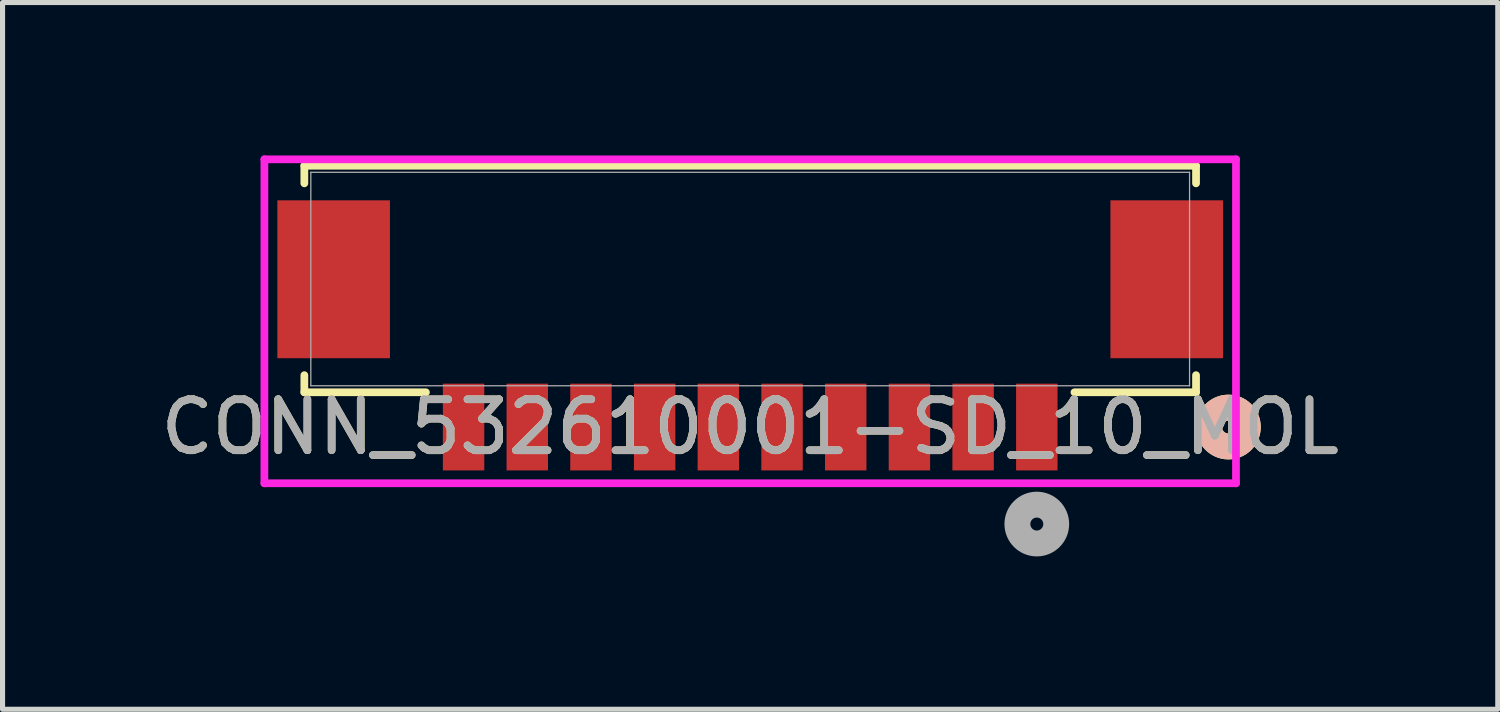
<source format=kicad_pcb>
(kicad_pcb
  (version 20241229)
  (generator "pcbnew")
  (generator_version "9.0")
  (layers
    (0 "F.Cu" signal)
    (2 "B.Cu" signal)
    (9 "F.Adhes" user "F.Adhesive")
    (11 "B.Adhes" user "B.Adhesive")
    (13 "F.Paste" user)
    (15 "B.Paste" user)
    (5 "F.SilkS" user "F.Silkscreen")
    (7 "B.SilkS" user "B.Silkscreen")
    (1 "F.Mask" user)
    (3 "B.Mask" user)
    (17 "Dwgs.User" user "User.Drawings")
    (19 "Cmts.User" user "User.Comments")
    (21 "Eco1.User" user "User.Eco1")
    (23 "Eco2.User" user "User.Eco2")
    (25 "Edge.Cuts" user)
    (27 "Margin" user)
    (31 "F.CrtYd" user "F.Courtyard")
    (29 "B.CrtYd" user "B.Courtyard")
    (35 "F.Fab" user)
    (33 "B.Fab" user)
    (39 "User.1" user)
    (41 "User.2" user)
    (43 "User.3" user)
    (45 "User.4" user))
  (footprint "CONN_532610001-SD_10_MOL"
    (layer "F.Cu")
    (at 11.673 2.426)
    (property "Reference" "CONN_532610001-SD_10_MOL" (at 0 2.905 0) (unlocked yes) (layer "F.SilkS") (effects (font (size 1 1) (thickness 0.15))))
    (attr smd)
    (fp_line (start -8.75 -2.223) (end -8.75 -1.878) (stroke (width 0.152) (type solid)) (layer "F.SilkS"))
    (fp_line (start -8.75 1.887) (end -8.75 2.223) (stroke (width 0.152) (type solid)) (layer "F.SilkS"))
    (fp_line (start -8.75 2.223) (end -6.364 2.223) (stroke (width 0.152) (type solid)) (layer "F.SilkS"))
    (fp_line (start 6.364 2.223) (end 8.75 2.223) (stroke (width 0.152) (type solid)) (layer "F.SilkS"))
    (fp_line (start 8.75 -2.223) (end -8.75 -2.223) (stroke (width 0.152) (type solid)) (layer "F.SilkS"))
    (fp_line (start 8.75 -1.878) (end 8.75 -2.223) (stroke (width 0.152) (type solid)) (layer "F.SilkS"))
    (fp_line (start 8.75 2.223) (end 8.75 1.887) (stroke (width 0.152) (type solid)) (layer "F.SilkS"))
    (fp_circle (center 9.385 2.905) (end 9.766 2.905) (stroke (width 0.508) (type solid)) (fill no) (layer "F.SilkS"))
    (fp_circle (center 9.385 2.905) (end 9.766 2.905) (stroke (width 0.508) (type solid)) (fill no) (layer "B.SilkS"))
    (fp_line (start -9.534 -2.349) (end -9.534 4.009) (stroke (width 0.152) (type solid)) (layer "F.CrtYd"))
    (fp_line (start -9.534 4.009) (end 9.534 4.009) (stroke (width 0.152) (type solid)) (layer "F.CrtYd"))
    (fp_line (start 9.534 -2.349) (end -9.534 -2.349) (stroke (width 0.152) (type solid)) (layer "F.CrtYd"))
    (fp_line (start 9.534 4.009) (end 9.534 -2.349) (stroke (width 0.152) (type solid)) (layer "F.CrtYd"))
    (fp_line (start -8.623 -2.095) (end -8.623 2.095) (stroke (width 0.025) (type solid)) (layer "F.Fab"))
    (fp_line (start -8.623 2.095) (end 8.623 2.095) (stroke (width 0.025) (type solid)) (layer "F.Fab"))
    (fp_line (start 8.623 -2.095) (end -8.623 -2.095) (stroke (width 0.025) (type solid)) (layer "F.Fab"))
    (fp_line (start 8.623 2.095) (end 8.623 -2.095) (stroke (width 0.025) (type solid)) (layer "F.Fab"))
    (fp_circle (center 5.625 4.809) (end 6.006 4.809) (stroke (width 0.508) (type solid)) (fill no) (layer "F.Fab"))
    (fp_text user "${REFERENCE}" (at 0 2.905 0) (unlocked yes) (layer "F.Fab") (effects (font (size 1 1) (thickness 0.15))))
    (pad "1" smd rect (at 5.625 2.905) (size 0.813 1.702) (layers "F.Cu" "F.Mask" "F.Paste"))
    (pad "2" smd rect (at 4.375 2.905) (size 0.813 1.702) (layers "F.Cu" "F.Mask" "F.Paste"))
    (pad "3" smd rect (at 3.125 2.905) (size 0.813 1.702) (layers "F.Cu" "F.Mask" "F.Paste"))
    (pad "4" smd rect (at 1.875 2.905) (size 0.813 1.702) (layers "F.Cu" "F.Mask" "F.Paste"))
    (pad "5" smd rect (at 0.625 2.905) (size 0.813 1.702) (layers "F.Cu" "F.Mask" "F.Paste"))
    (pad "6" smd rect (at -0.625 2.905) (size 0.813 1.702) (layers "F.Cu" "F.Mask" "F.Paste"))
    (pad "7" smd rect (at -1.875 2.905) (size 0.813 1.702) (layers "F.Cu" "F.Mask" "F.Paste"))
    (pad "8" smd rect (at -3.125 2.905) (size 0.813 1.702) (layers "F.Cu" "F.Mask" "F.Paste"))
    (pad "9" smd rect (at -4.375 2.905) (size 0.813 1.702) (layers "F.Cu" "F.Mask" "F.Paste"))
    (pad "10" smd rect (at -5.625 2.905) (size 0.813 1.702) (layers "F.Cu" "F.Mask" "F.Paste"))
    (pad "11" smd rect (at -8.175 0.005) (size 2.21 3.099) (layers "F.Cu" "F.Mask" "F.Paste"))
    (pad "12" smd rect (at 8.175 0.005) (size 2.21 3.099) (layers "F.Cu" "F.Mask" "F.Paste")))
  (gr_rect
    (start -3 -3)
    (end 26.345 10.87)
    (stroke (width 0.1) (type default))
    (fill no)
    (layer "Edge.Cuts")))
</source>
